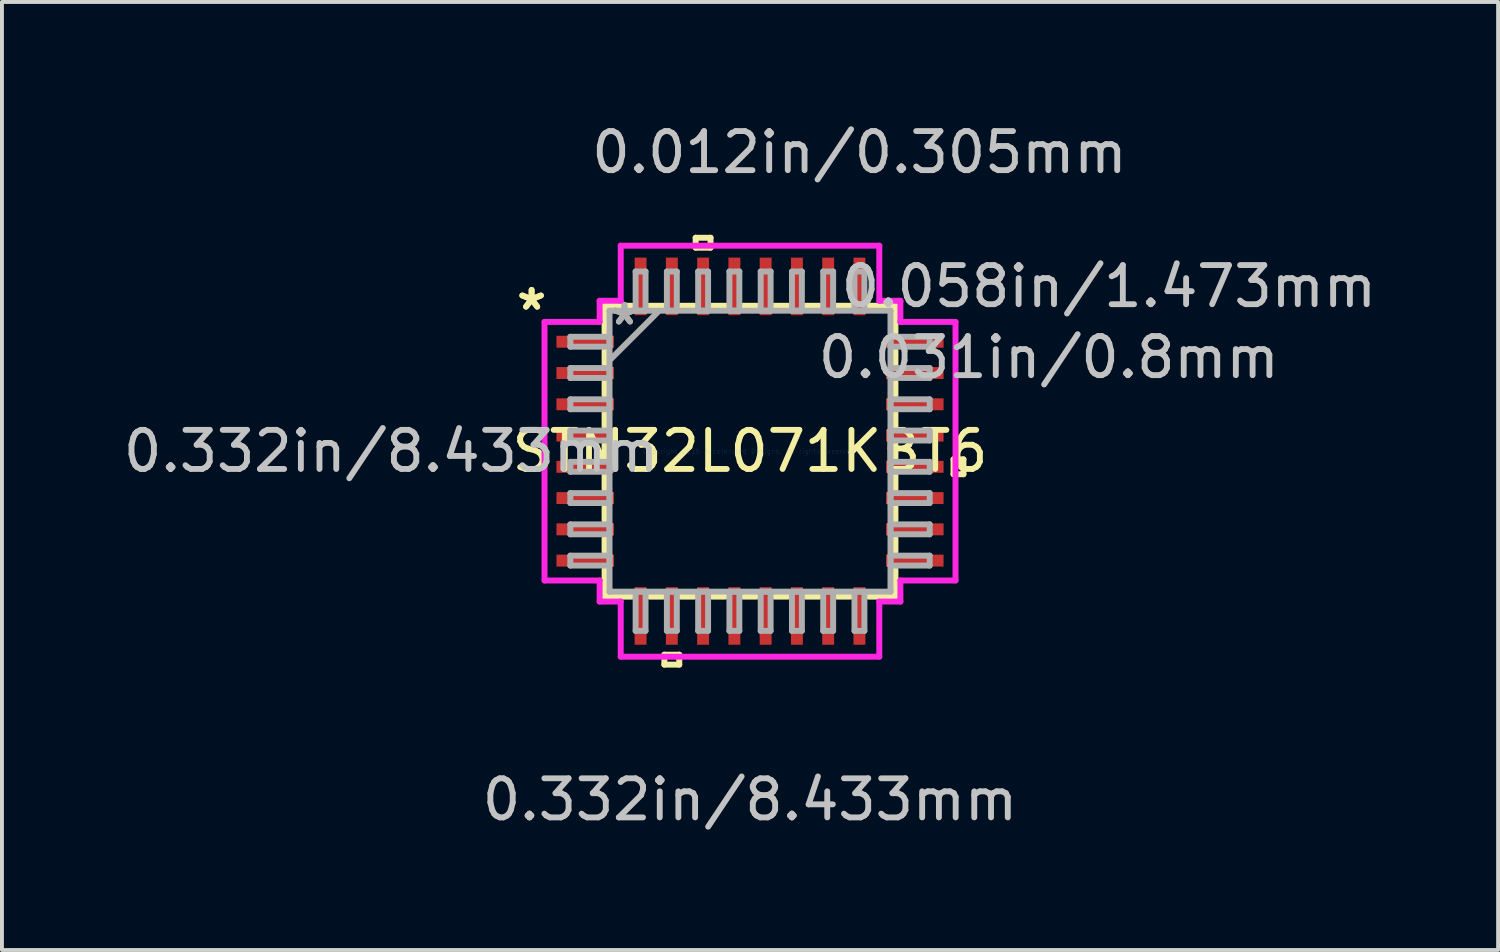
<source format=kicad_pcb>
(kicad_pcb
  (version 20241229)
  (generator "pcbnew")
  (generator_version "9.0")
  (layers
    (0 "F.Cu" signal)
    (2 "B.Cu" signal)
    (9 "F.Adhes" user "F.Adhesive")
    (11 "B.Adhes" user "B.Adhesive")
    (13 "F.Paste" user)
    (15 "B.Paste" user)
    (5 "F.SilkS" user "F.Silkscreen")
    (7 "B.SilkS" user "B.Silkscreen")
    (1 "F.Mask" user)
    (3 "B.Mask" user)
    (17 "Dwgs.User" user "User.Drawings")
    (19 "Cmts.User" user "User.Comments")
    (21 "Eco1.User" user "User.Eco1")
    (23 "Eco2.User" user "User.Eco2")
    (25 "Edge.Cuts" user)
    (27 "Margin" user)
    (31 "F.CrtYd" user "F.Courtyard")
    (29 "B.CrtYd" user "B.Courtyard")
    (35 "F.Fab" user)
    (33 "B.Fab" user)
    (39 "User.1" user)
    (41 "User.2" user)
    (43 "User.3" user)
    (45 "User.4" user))
  (footprint "STM32L071KBT6"
    (layer "F.Cu")
    (at 16.14 8.494)
    (property "Reference" "STM32L071KBT6" (at 0 0 0) (layer "F.SilkS") (effects (font (size 1 1) (thickness 0.15))))
    (attr through_hole)
    (fp_line (start -3.721 -3.721) (end -3.721 -3.029) (stroke (width 0.152) (type solid)) (layer "F.SilkS"))
    (fp_line (start -3.721 -2.571) (end -3.721 -2.229) (stroke (width 0.152) (type solid)) (layer "F.SilkS"))
    (fp_line (start -3.721 -1.771) (end -3.721 -1.429) (stroke (width 0.152) (type solid)) (layer "F.SilkS"))
    (fp_line (start -3.721 -0.971) (end -3.721 -0.629) (stroke (width 0.152) (type solid)) (layer "F.SilkS"))
    (fp_line (start -3.721 -0.171) (end -3.721 0.171) (stroke (width 0.152) (type solid)) (layer "F.SilkS"))
    (fp_line (start -3.721 0.629) (end -3.721 0.971) (stroke (width 0.152) (type solid)) (layer "F.SilkS"))
    (fp_line (start -3.721 1.429) (end -3.721 1.771) (stroke (width 0.152) (type solid)) (layer "F.SilkS"))
    (fp_line (start -3.721 2.229) (end -3.721 2.571) (stroke (width 0.152) (type solid)) (layer "F.SilkS"))
    (fp_line (start -3.721 3.029) (end -3.721 3.721) (stroke (width 0.152) (type solid)) (layer "F.SilkS"))
    (fp_line (start -3.721 3.721) (end -3.029 3.721) (stroke (width 0.152) (type solid)) (layer "F.SilkS"))
    (fp_line (start -3.029 -3.721) (end -3.721 -3.721) (stroke (width 0.152) (type solid)) (layer "F.SilkS"))
    (fp_line (start -2.571 3.721) (end -2.229 3.721) (stroke (width 0.152) (type solid)) (layer "F.SilkS"))
    (fp_line (start -2.229 -3.721) (end -2.571 -3.721) (stroke (width 0.152) (type solid)) (layer "F.SilkS"))
    (fp_line (start -2.191 5.207) (end -2.191 5.461) (stroke (width 0.152) (type solid)) (layer "F.SilkS"))
    (fp_line (start -2.191 5.461) (end -1.81 5.461) (stroke (width 0.152) (type solid)) (layer "F.SilkS"))
    (fp_line (start -1.81 5.207) (end -2.191 5.207) (stroke (width 0.152) (type solid)) (layer "F.SilkS"))
    (fp_line (start -1.81 5.461) (end -1.81 5.207) (stroke (width 0.152) (type solid)) (layer "F.SilkS"))
    (fp_line (start -1.771 3.721) (end -1.429 3.721) (stroke (width 0.152) (type solid)) (layer "F.SilkS"))
    (fp_line (start -1.429 -3.721) (end -1.771 -3.721) (stroke (width 0.152) (type solid)) (layer "F.SilkS"))
    (fp_line (start -1.391 -5.461) (end -1.01 -5.461) (stroke (width 0.152) (type solid)) (layer "F.SilkS"))
    (fp_line (start -1.391 -5.207) (end -1.391 -5.461) (stroke (width 0.152) (type solid)) (layer "F.SilkS"))
    (fp_line (start -1.01 -5.461) (end -1.01 -5.207) (stroke (width 0.152) (type solid)) (layer "F.SilkS"))
    (fp_line (start -1.01 -5.207) (end -1.391 -5.207) (stroke (width 0.152) (type solid)) (layer "F.SilkS"))
    (fp_line (start -0.971 3.721) (end -0.629 3.721) (stroke (width 0.152) (type solid)) (layer "F.SilkS"))
    (fp_line (start -0.629 -3.721) (end -0.971 -3.721) (stroke (width 0.152) (type solid)) (layer "F.SilkS"))
    (fp_line (start -0.171 3.721) (end 0.171 3.721) (stroke (width 0.152) (type solid)) (layer "F.SilkS"))
    (fp_line (start 0.171 -3.721) (end -0.171 -3.721) (stroke (width 0.152) (type solid)) (layer "F.SilkS"))
    (fp_line (start 0.629 3.721) (end 0.971 3.721) (stroke (width 0.152) (type solid)) (layer "F.SilkS"))
    (fp_line (start 0.971 -3.721) (end 0.629 -3.721) (stroke (width 0.152) (type solid)) (layer "F.SilkS"))
    (fp_line (start 1.429 3.721) (end 1.771 3.721) (stroke (width 0.152) (type solid)) (layer "F.SilkS"))
    (fp_line (start 1.771 -3.721) (end 1.429 -3.721) (stroke (width 0.152) (type solid)) (layer "F.SilkS"))
    (fp_line (start 2.229 3.721) (end 2.571 3.721) (stroke (width 0.152) (type solid)) (layer "F.SilkS"))
    (fp_line (start 2.571 -3.721) (end 2.229 -3.721) (stroke (width 0.152) (type solid)) (layer "F.SilkS"))
    (fp_line (start 3.029 3.721) (end 3.721 3.721) (stroke (width 0.152) (type solid)) (layer "F.SilkS"))
    (fp_line (start 3.721 -3.721) (end 3.029 -3.721) (stroke (width 0.152) (type solid)) (layer "F.SilkS"))
    (fp_line (start 3.721 -3.029) (end 3.721 -3.721) (stroke (width 0.152) (type solid)) (layer "F.SilkS"))
    (fp_line (start 3.721 -2.229) (end 3.721 -2.571) (stroke (width 0.152) (type solid)) (layer "F.SilkS"))
    (fp_line (start 3.721 -1.429) (end 3.721 -1.771) (stroke (width 0.152) (type solid)) (layer "F.SilkS"))
    (fp_line (start 3.721 -0.629) (end 3.721 -0.971) (stroke (width 0.152) (type solid)) (layer "F.SilkS"))
    (fp_line (start 3.721 0.171) (end 3.721 -0.171) (stroke (width 0.152) (type solid)) (layer "F.SilkS"))
    (fp_line (start 3.721 0.971) (end 3.721 0.629) (stroke (width 0.152) (type solid)) (layer "F.SilkS"))
    (fp_line (start 3.721 1.771) (end 3.721 1.429) (stroke (width 0.152) (type solid)) (layer "F.SilkS"))
    (fp_line (start 3.721 2.571) (end 3.721 2.229) (stroke (width 0.152) (type solid)) (layer "F.SilkS"))
    (fp_line (start 3.721 3.721) (end 3.721 3.029) (stroke (width 0.152) (type solid)) (layer "F.SilkS"))
    (fp_line (start 5.207 0.209) (end 5.461 0.209) (stroke (width 0.152) (type solid)) (layer "F.SilkS"))
    (fp_line (start 5.207 0.59) (end 5.207 0.209) (stroke (width 0.152) (type solid)) (layer "F.SilkS"))
    (fp_line (start 5.461 0.209) (end 5.461 0.59) (stroke (width 0.152) (type solid)) (layer "F.SilkS"))
    (fp_line (start 5.461 0.59) (end 5.207 0.59) (stroke (width 0.152) (type solid)) (layer "F.SilkS"))
    (fp_line (start -5.258 -3.308) (end -3.848 -3.308) (stroke (width 0.152) (type solid)) (layer "F.CrtYd"))
    (fp_line (start -5.258 3.308) (end -5.258 -3.308) (stroke (width 0.152) (type solid)) (layer "F.CrtYd"))
    (fp_line (start -3.848 -3.848) (end -3.308 -3.848) (stroke (width 0.152) (type solid)) (layer "F.CrtYd"))
    (fp_line (start -3.848 -3.308) (end -3.848 -3.848) (stroke (width 0.152) (type solid)) (layer "F.CrtYd"))
    (fp_line (start -3.848 3.308) (end -5.258 3.308) (stroke (width 0.152) (type solid)) (layer "F.CrtYd"))
    (fp_line (start -3.848 3.848) (end -3.848 3.308) (stroke (width 0.152) (type solid)) (layer "F.CrtYd"))
    (fp_line (start -3.308 -5.258) (end 3.308 -5.258) (stroke (width 0.152) (type solid)) (layer "F.CrtYd"))
    (fp_line (start -3.308 -3.848) (end -3.308 -5.258) (stroke (width 0.152) (type solid)) (layer "F.CrtYd"))
    (fp_line (start -3.308 3.848) (end -3.848 3.848) (stroke (width 0.152) (type solid)) (layer "F.CrtYd"))
    (fp_line (start -3.308 5.258) (end -3.308 3.848) (stroke (width 0.152) (type solid)) (layer "F.CrtYd"))
    (fp_line (start 3.308 -5.258) (end 3.308 -3.848) (stroke (width 0.152) (type solid)) (layer "F.CrtYd"))
    (fp_line (start 3.308 -3.848) (end 3.848 -3.848) (stroke (width 0.152) (type solid)) (layer "F.CrtYd"))
    (fp_line (start 3.308 3.848) (end 3.308 5.258) (stroke (width 0.152) (type solid)) (layer "F.CrtYd"))
    (fp_line (start 3.308 5.258) (end -3.308 5.258) (stroke (width 0.152) (type solid)) (layer "F.CrtYd"))
    (fp_line (start 3.848 -3.848) (end 3.848 -3.308) (stroke (width 0.152) (type solid)) (layer "F.CrtYd"))
    (fp_line (start 3.848 -3.308) (end 5.258 -3.308) (stroke (width 0.152) (type solid)) (layer "F.CrtYd"))
    (fp_line (start 3.848 3.308) (end 3.848 3.848) (stroke (width 0.152) (type solid)) (layer "F.CrtYd"))
    (fp_line (start 3.848 3.848) (end 3.308 3.848) (stroke (width 0.152) (type solid)) (layer "F.CrtYd"))
    (fp_line (start 5.258 -3.308) (end 5.258 3.308) (stroke (width 0.152) (type solid)) (layer "F.CrtYd"))
    (fp_line (start 5.258 3.308) (end 3.848 3.308) (stroke (width 0.152) (type solid)) (layer "F.CrtYd"))
    (fp_line (start -4.597 -2.927) (end -4.597 -2.673) (stroke (width 0.152) (type solid)) (layer "F.Fab"))
    (fp_line (start -4.597 -2.673) (end -3.594 -2.673) (stroke (width 0.152) (type solid)) (layer "F.Fab"))
    (fp_line (start -4.597 -2.127) (end -4.597 -1.873) (stroke (width 0.152) (type solid)) (layer "F.Fab"))
    (fp_line (start -4.597 -1.873) (end -3.594 -1.873) (stroke (width 0.152) (type solid)) (layer "F.Fab"))
    (fp_line (start -4.597 -1.327) (end -4.597 -1.073) (stroke (width 0.152) (type solid)) (layer "F.Fab"))
    (fp_line (start -4.597 -1.073) (end -3.594 -1.073) (stroke (width 0.152) (type solid)) (layer "F.Fab"))
    (fp_line (start -4.597 -0.527) (end -4.597 -0.273) (stroke (width 0.152) (type solid)) (layer "F.Fab"))
    (fp_line (start -4.597 -0.273) (end -3.594 -0.273) (stroke (width 0.152) (type solid)) (layer "F.Fab"))
    (fp_line (start -4.597 0.273) (end -4.597 0.527) (stroke (width 0.152) (type solid)) (layer "F.Fab"))
    (fp_line (start -4.597 0.527) (end -3.594 0.527) (stroke (width 0.152) (type solid)) (layer "F.Fab"))
    (fp_line (start -4.597 1.073) (end -4.597 1.327) (stroke (width 0.152) (type solid)) (layer "F.Fab"))
    (fp_line (start -4.597 1.327) (end -3.594 1.327) (stroke (width 0.152) (type solid)) (layer "F.Fab"))
    (fp_line (start -4.597 1.873) (end -4.597 2.127) (stroke (width 0.152) (type solid)) (layer "F.Fab"))
    (fp_line (start -4.597 2.127) (end -3.594 2.127) (stroke (width 0.152) (type solid)) (layer "F.Fab"))
    (fp_line (start -4.597 2.673) (end -4.597 2.927) (stroke (width 0.152) (type solid)) (layer "F.Fab"))
    (fp_line (start -4.597 2.927) (end -3.594 2.927) (stroke (width 0.152) (type solid)) (layer "F.Fab"))
    (fp_line (start -3.594 -3.594) (end -3.594 -3.594) (stroke (width 0.152) (type solid)) (layer "F.Fab"))
    (fp_line (start -3.594 -3.594) (end -3.594 3.594) (stroke (width 0.152) (type solid)) (layer "F.Fab"))
    (fp_line (start -3.594 -2.927) (end -4.597 -2.927) (stroke (width 0.152) (type solid)) (layer "F.Fab"))
    (fp_line (start -3.594 -2.673) (end -3.594 -2.927) (stroke (width 0.152) (type solid)) (layer "F.Fab"))
    (fp_line (start -3.594 -2.324) (end -2.324 -3.594) (stroke (width 0.152) (type solid)) (layer "F.Fab"))
    (fp_line (start -3.594 -2.127) (end -4.597 -2.127) (stroke (width 0.152) (type solid)) (layer "F.Fab"))
    (fp_line (start -3.594 -1.873) (end -3.594 -2.127) (stroke (width 0.152) (type solid)) (layer "F.Fab"))
    (fp_line (start -3.594 -1.327) (end -4.597 -1.327) (stroke (width 0.152) (type solid)) (layer "F.Fab"))
    (fp_line (start -3.594 -1.073) (end -3.594 -1.327) (stroke (width 0.152) (type solid)) (layer "F.Fab"))
    (fp_line (start -3.594 -0.527) (end -4.597 -0.527) (stroke (width 0.152) (type solid)) (layer "F.Fab"))
    (fp_line (start -3.594 -0.273) (end -3.594 -0.527) (stroke (width 0.152) (type solid)) (layer "F.Fab"))
    (fp_line (start -3.594 0.273) (end -4.597 0.273) (stroke (width 0.152) (type solid)) (layer "F.Fab"))
    (fp_line (start -3.594 0.527) (end -3.594 0.273) (stroke (width 0.152) (type solid)) (layer "F.Fab"))
    (fp_line (start -3.594 1.073) (end -4.597 1.073) (stroke (width 0.152) (type solid)) (layer "F.Fab"))
    (fp_line (start -3.594 1.327) (end -3.594 1.073) (stroke (width 0.152) (type solid)) (layer "F.Fab"))
    (fp_line (start -3.594 1.873) (end -4.597 1.873) (stroke (width 0.152) (type solid)) (layer "F.Fab"))
    (fp_line (start -3.594 2.127) (end -3.594 1.873) (stroke (width 0.152) (type solid)) (layer "F.Fab"))
    (fp_line (start -3.594 2.673) (end -4.597 2.673) (stroke (width 0.152) (type solid)) (layer "F.Fab"))
    (fp_line (start -3.594 2.927) (end -3.594 2.673) (stroke (width 0.152) (type solid)) (layer "F.Fab"))
    (fp_line (start -3.594 3.594) (end -3.594 3.594) (stroke (width 0.152) (type solid)) (layer "F.Fab"))
    (fp_line (start -3.594 3.594) (end 3.594 3.594) (stroke (width 0.152) (type solid)) (layer "F.Fab"))
    (fp_line (start -2.927 -4.597) (end -2.927 -3.594) (stroke (width 0.152) (type solid)) (layer "F.Fab"))
    (fp_line (start -2.927 -3.594) (end -2.673 -3.594) (stroke (width 0.152) (type solid)) (layer "F.Fab"))
    (fp_line (start -2.927 3.594) (end -2.927 4.597) (stroke (width 0.152) (type solid)) (layer "F.Fab"))
    (fp_line (start -2.927 4.597) (end -2.673 4.597) (stroke (width 0.152) (type solid)) (layer "F.Fab"))
    (fp_line (start -2.673 -4.597) (end -2.927 -4.597) (stroke (width 0.152) (type solid)) (layer "F.Fab"))
    (fp_line (start -2.673 -3.594) (end -2.673 -4.597) (stroke (width 0.152) (type solid)) (layer "F.Fab"))
    (fp_line (start -2.673 3.594) (end -2.927 3.594) (stroke (width 0.152) (type solid)) (layer "F.Fab"))
    (fp_line (start -2.673 4.597) (end -2.673 3.594) (stroke (width 0.152) (type solid)) (layer "F.Fab"))
    (fp_line (start -2.127 -4.597) (end -2.127 -3.594) (stroke (width 0.152) (type solid)) (layer "F.Fab"))
    (fp_line (start -2.127 -3.594) (end -1.873 -3.594) (stroke (width 0.152) (type solid)) (layer "F.Fab"))
    (fp_line (start -2.127 3.594) (end -2.127 4.597) (stroke (width 0.152) (type solid)) (layer "F.Fab"))
    (fp_line (start -2.127 4.597) (end -1.873 4.597) (stroke (width 0.152) (type solid)) (layer "F.Fab"))
    (fp_line (start -1.873 -4.597) (end -2.127 -4.597) (stroke (width 0.152) (type solid)) (layer "F.Fab"))
    (fp_line (start -1.873 -3.594) (end -1.873 -4.597) (stroke (width 0.152) (type solid)) (layer "F.Fab"))
    (fp_line (start -1.873 3.594) (end -2.127 3.594) (stroke (width 0.152) (type solid)) (layer "F.Fab"))
    (fp_line (start -1.873 4.597) (end -1.873 3.594) (stroke (width 0.152) (type solid)) (layer "F.Fab"))
    (fp_line (start -1.327 -4.597) (end -1.327 -3.594) (stroke (width 0.152) (type solid)) (layer "F.Fab"))
    (fp_line (start -1.327 -3.594) (end -1.073 -3.594) (stroke (width 0.152) (type solid)) (layer "F.Fab"))
    (fp_line (start -1.327 3.594) (end -1.327 4.597) (stroke (width 0.152) (type solid)) (layer "F.Fab"))
    (fp_line (start -1.327 4.597) (end -1.073 4.597) (stroke (width 0.152) (type solid)) (layer "F.Fab"))
    (fp_line (start -1.073 -4.597) (end -1.327 -4.597) (stroke (width 0.152) (type solid)) (layer "F.Fab"))
    (fp_line (start -1.073 -3.594) (end -1.073 -4.597) (stroke (width 0.152) (type solid)) (layer "F.Fab"))
    (fp_line (start -1.073 3.594) (end -1.327 3.594) (stroke (width 0.152) (type solid)) (layer "F.Fab"))
    (fp_line (start -1.073 4.597) (end -1.073 3.594) (stroke (width 0.152) (type solid)) (layer "F.Fab"))
    (fp_line (start -0.527 -4.597) (end -0.527 -3.594) (stroke (width 0.152) (type solid)) (layer "F.Fab"))
    (fp_line (start -0.527 -3.594) (end -0.273 -3.594) (stroke (width 0.152) (type solid)) (layer "F.Fab"))
    (fp_line (start -0.527 3.594) (end -0.527 4.597) (stroke (width 0.152) (type solid)) (layer "F.Fab"))
    (fp_line (start -0.527 4.597) (end -0.273 4.597) (stroke (width 0.152) (type solid)) (layer "F.Fab"))
    (fp_line (start -0.273 -4.597) (end -0.527 -4.597) (stroke (width 0.152) (type solid)) (layer "F.Fab"))
    (fp_line (start -0.273 -3.594) (end -0.273 -4.597) (stroke (width 0.152) (type solid)) (layer "F.Fab"))
    (fp_line (start -0.273 3.594) (end -0.527 3.594) (stroke (width 0.152) (type solid)) (layer "F.Fab"))
    (fp_line (start -0.273 4.597) (end -0.273 3.594) (stroke (width 0.152) (type solid)) (layer "F.Fab"))
    (fp_line (start 0.273 -4.597) (end 0.273 -3.594) (stroke (width 0.152) (type solid)) (layer "F.Fab"))
    (fp_line (start 0.273 -3.594) (end 0.527 -3.594) (stroke (width 0.152) (type solid)) (layer "F.Fab"))
    (fp_line (start 0.273 3.594) (end 0.273 4.597) (stroke (width 0.152) (type solid)) (layer "F.Fab"))
    (fp_line (start 0.273 4.597) (end 0.527 4.597) (stroke (width 0.152) (type solid)) (layer "F.Fab"))
    (fp_line (start 0.527 -4.597) (end 0.273 -4.597) (stroke (width 0.152) (type solid)) (layer "F.Fab"))
    (fp_line (start 0.527 -3.594) (end 0.527 -4.597) (stroke (width 0.152) (type solid)) (layer "F.Fab"))
    (fp_line (start 0.527 3.594) (end 0.273 3.594) (stroke (width 0.152) (type solid)) (layer "F.Fab"))
    (fp_line (start 0.527 4.597) (end 0.527 3.594) (stroke (width 0.152) (type solid)) (layer "F.Fab"))
    (fp_line (start 1.073 -4.597) (end 1.073 -3.594) (stroke (width 0.152) (type solid)) (layer "F.Fab"))
    (fp_line (start 1.073 -3.594) (end 1.327 -3.594) (stroke (width 0.152) (type solid)) (layer "F.Fab"))
    (fp_line (start 1.073 3.594) (end 1.073 4.597) (stroke (width 0.152) (type solid)) (layer "F.Fab"))
    (fp_line (start 1.073 4.597) (end 1.327 4.597) (stroke (width 0.152) (type solid)) (layer "F.Fab"))
    (fp_line (start 1.327 -4.597) (end 1.073 -4.597) (stroke (width 0.152) (type solid)) (layer "F.Fab"))
    (fp_line (start 1.327 -3.594) (end 1.327 -4.597) (stroke (width 0.152) (type solid)) (layer "F.Fab"))
    (fp_line (start 1.327 3.594) (end 1.073 3.594) (stroke (width 0.152) (type solid)) (layer "F.Fab"))
    (fp_line (start 1.327 4.597) (end 1.327 3.594) (stroke (width 0.152) (type solid)) (layer "F.Fab"))
    (fp_line (start 1.873 -4.597) (end 1.873 -3.594) (stroke (width 0.152) (type solid)) (layer "F.Fab"))
    (fp_line (start 1.873 -3.594) (end 2.127 -3.594) (stroke (width 0.152) (type solid)) (layer "F.Fab"))
    (fp_line (start 1.873 3.594) (end 1.873 4.597) (stroke (width 0.152) (type solid)) (layer "F.Fab"))
    (fp_line (start 1.873 4.597) (end 2.127 4.597) (stroke (width 0.152) (type solid)) (layer "F.Fab"))
    (fp_line (start 2.127 -4.597) (end 1.873 -4.597) (stroke (width 0.152) (type solid)) (layer "F.Fab"))
    (fp_line (start 2.127 -3.594) (end 2.127 -4.597) (stroke (width 0.152) (type solid)) (layer "F.Fab"))
    (fp_line (start 2.127 3.594) (end 1.873 3.594) (stroke (width 0.152) (type solid)) (layer "F.Fab"))
    (fp_line (start 2.127 4.597) (end 2.127 3.594) (stroke (width 0.152) (type solid)) (layer "F.Fab"))
    (fp_line (start 2.673 -4.597) (end 2.673 -3.594) (stroke (width 0.152) (type solid)) (layer "F.Fab"))
    (fp_line (start 2.673 -3.594) (end 2.927 -3.594) (stroke (width 0.152) (type solid)) (layer "F.Fab"))
    (fp_line (start 2.673 3.594) (end 2.673 4.597) (stroke (width 0.152) (type solid)) (layer "F.Fab"))
    (fp_line (start 2.673 4.597) (end 2.927 4.597) (stroke (width 0.152) (type solid)) (layer "F.Fab"))
    (fp_line (start 2.927 -4.597) (end 2.673 -4.597) (stroke (width 0.152) (type solid)) (layer "F.Fab"))
    (fp_line (start 2.927 -3.594) (end 2.927 -4.597) (stroke (width 0.152) (type solid)) (layer "F.Fab"))
    (fp_line (start 2.927 3.594) (end 2.673 3.594) (stroke (width 0.152) (type solid)) (layer "F.Fab"))
    (fp_line (start 2.927 4.597) (end 2.927 3.594) (stroke (width 0.152) (type solid)) (layer "F.Fab"))
    (fp_line (start 3.594 -3.594) (end -3.594 -3.594) (stroke (width 0.152) (type solid)) (layer "F.Fab"))
    (fp_line (start 3.594 -3.594) (end 3.594 -3.594) (stroke (width 0.152) (type solid)) (layer "F.Fab"))
    (fp_line (start 3.594 -2.927) (end 3.594 -2.673) (stroke (width 0.152) (type solid)) (layer "F.Fab"))
    (fp_line (start 3.594 -2.673) (end 4.597 -2.673) (stroke (width 0.152) (type solid)) (layer "F.Fab"))
    (fp_line (start 3.594 -2.127) (end 3.594 -1.873) (stroke (width 0.152) (type solid)) (layer "F.Fab"))
    (fp_line (start 3.594 -1.873) (end 4.597 -1.873) (stroke (width 0.152) (type solid)) (layer "F.Fab"))
    (fp_line (start 3.594 -1.327) (end 3.594 -1.073) (stroke (width 0.152) (type solid)) (layer "F.Fab"))
    (fp_line (start 3.594 -1.073) (end 4.597 -1.073) (stroke (width 0.152) (type solid)) (layer "F.Fab"))
    (fp_line (start 3.594 -0.527) (end 3.594 -0.273) (stroke (width 0.152) (type solid)) (layer "F.Fab"))
    (fp_line (start 3.594 -0.273) (end 4.597 -0.273) (stroke (width 0.152) (type solid)) (layer "F.Fab"))
    (fp_line (start 3.594 0.273) (end 3.594 0.527) (stroke (width 0.152) (type solid)) (layer "F.Fab"))
    (fp_line (start 3.594 0.527) (end 4.597 0.527) (stroke (width 0.152) (type solid)) (layer "F.Fab"))
    (fp_line (start 3.594 1.073) (end 3.594 1.327) (stroke (width 0.152) (type solid)) (layer "F.Fab"))
    (fp_line (start 3.594 1.327) (end 4.597 1.327) (stroke (width 0.152) (type solid)) (layer "F.Fab"))
    (fp_line (start 3.594 1.873) (end 3.594 2.127) (stroke (width 0.152) (type solid)) (layer "F.Fab"))
    (fp_line (start 3.594 2.127) (end 4.597 2.127) (stroke (width 0.152) (type solid)) (layer "F.Fab"))
    (fp_line (start 3.594 2.673) (end 3.594 2.927) (stroke (width 0.152) (type solid)) (layer "F.Fab"))
    (fp_line (start 3.594 2.927) (end 4.597 2.927) (stroke (width 0.152) (type solid)) (layer "F.Fab"))
    (fp_line (start 3.594 3.594) (end 3.594 -3.594) (stroke (width 0.152) (type solid)) (layer "F.Fab"))
    (fp_line (start 3.594 3.594) (end 3.594 3.594) (stroke (width 0.152) (type solid)) (layer "F.Fab"))
    (fp_line (start 4.597 -2.927) (end 3.594 -2.927) (stroke (width 0.152) (type solid)) (layer "F.Fab"))
    (fp_line (start 4.597 -2.673) (end 4.597 -2.927) (stroke (width 0.152) (type solid)) (layer "F.Fab"))
    (fp_line (start 4.597 -2.127) (end 3.594 -2.127) (stroke (width 0.152) (type solid)) (layer "F.Fab"))
    (fp_line (start 4.597 -1.873) (end 4.597 -2.127) (stroke (width 0.152) (type solid)) (layer "F.Fab"))
    (fp_line (start 4.597 -1.327) (end 3.594 -1.327) (stroke (width 0.152) (type solid)) (layer "F.Fab"))
    (fp_line (start 4.597 -1.073) (end 4.597 -1.327) (stroke (width 0.152) (type solid)) (layer "F.Fab"))
    (fp_line (start 4.597 -0.527) (end 3.594 -0.527) (stroke (width 0.152) (type solid)) (layer "F.Fab"))
    (fp_line (start 4.597 -0.273) (end 4.597 -0.527) (stroke (width 0.152) (type solid)) (layer "F.Fab"))
    (fp_line (start 4.597 0.273) (end 3.594 0.273) (stroke (width 0.152) (type solid)) (layer "F.Fab"))
    (fp_line (start 4.597 0.527) (end 4.597 0.273) (stroke (width 0.152) (type solid)) (layer "F.Fab"))
    (fp_line (start 4.597 1.073) (end 3.594 1.073) (stroke (width 0.152) (type solid)) (layer "F.Fab"))
    (fp_line (start 4.597 1.327) (end 4.597 1.073) (stroke (width 0.152) (type solid)) (layer "F.Fab"))
    (fp_line (start 4.597 1.873) (end 3.594 1.873) (stroke (width 0.152) (type solid)) (layer "F.Fab"))
    (fp_line (start 4.597 2.127) (end 4.597 1.873) (stroke (width 0.152) (type solid)) (layer "F.Fab"))
    (fp_line (start 4.597 2.673) (end 3.594 2.673) (stroke (width 0.152) (type solid)) (layer "F.Fab"))
    (fp_line (start 4.597 2.927) (end 4.597 2.673) (stroke (width 0.152) (type solid)) (layer "F.Fab"))
    (fp_text user "*" (at -5.588 -3.581 0) (layer "F.SilkS") (effects (font (size 1 1) (thickness 0.15))))
    (fp_text user "*" (at -5.588 -3.581 0) (layer "F.SilkS") (effects (font (size 1 1) (thickness 0.15))))
    (fp_text user "0.332in/8.433mm" (at -9.182 0 0) (layer "Dwgs.User") (effects (font (size 1 1) (thickness 0.15))))
    (fp_text user "0.031in/0.8mm" (at 7.645 -2.4 0) (layer "Dwgs.User") (effects (font (size 1 1) (thickness 0.15))))
    (fp_text user "0.012in/0.305mm" (at 2.8 -7.645 0) (layer "Dwgs.User") (effects (font (size 1 1) (thickness 0.15))))
    (fp_text user "0.058in/1.473mm" (at 9.182 -4.216 0) (layer "Dwgs.User") (effects (font (size 1 1) (thickness 0.15))))
    (fp_text user "0.332in/8.433mm" (at 0 8.915 0) (layer "Dwgs.User") (effects (font (size 1 1) (thickness 0.15))))
    (fp_text user "Copyright 2016 Accelerated Designs. All rights reserved." (at 0 0 0) (layer "Cmts.User") (effects (font (size 0.127 0.127) (thickness 0.002))))
    (fp_text user "*" (at -3.213 -3.2 0) (layer "F.Fab") (effects (font (size 1 1) (thickness 0.15))))
    (fp_text user "*" (at -3.213 -3.2 0) (layer "F.Fab") (effects (font (size 1 1) (thickness 0.15))))
    (pad "1" smd rect (at -4.216 -2.8 90) (size 0.305 1.473) (layers "F.Cu" "F.Mask" "F.Paste"))
    (pad "2" smd rect (at -4.216 -2 90) (size 0.305 1.473) (layers "F.Cu" "F.Mask" "F.Paste"))
    (pad "3" smd rect (at -4.216 -1.2 90) (size 0.305 1.473) (layers "F.Cu" "F.Mask" "F.Paste"))
    (pad "4" smd rect (at -4.216 -0.4 90) (size 0.305 1.473) (layers "F.Cu" "F.Mask" "F.Paste"))
    (pad "5" smd rect (at -4.216 0.4 90) (size 0.305 1.473) (layers "F.Cu" "F.Mask" "F.Paste"))
    (pad "6" smd rect (at -4.216 1.2 90) (size 0.305 1.473) (layers "F.Cu" "F.Mask" "F.Paste"))
    (pad "7" smd rect (at -4.216 2 90) (size 0.305 1.473) (layers "F.Cu" "F.Mask" "F.Paste"))
    (pad "8" smd rect (at -4.216 2.8 90) (size 0.305 1.473) (layers "F.Cu" "F.Mask" "F.Paste"))
    (pad "9" smd rect (at -2.8 4.216) (size 0.305 1.473) (layers "F.Cu" "F.Mask" "F.Paste"))
    (pad "10" smd rect (at -2 4.216) (size 0.305 1.473) (layers "F.Cu" "F.Mask" "F.Paste"))
    (pad "11" smd rect (at -1.2 4.216) (size 0.305 1.473) (layers "F.Cu" "F.Mask" "F.Paste"))
    (pad "12" smd rect (at -0.4 4.216) (size 0.305 1.473) (layers "F.Cu" "F.Mask" "F.Paste"))
    (pad "13" smd rect (at 0.4 4.216) (size 0.305 1.473) (layers "F.Cu" "F.Mask" "F.Paste"))
    (pad "14" smd rect (at 1.2 4.216) (size 0.305 1.473) (layers "F.Cu" "F.Mask" "F.Paste"))
    (pad "15" smd rect (at 2 4.216) (size 0.305 1.473) (layers "F.Cu" "F.Mask" "F.Paste"))
    (pad "16" smd rect (at 2.8 4.216) (size 0.305 1.473) (layers "F.Cu" "F.Mask" "F.Paste"))
    (pad "17" smd rect (at 4.216 2.8 90) (size 0.305 1.473) (layers "F.Cu" "F.Mask" "F.Paste"))
    (pad "18" smd rect (at 4.216 2 90) (size 0.305 1.473) (layers "F.Cu" "F.Mask" "F.Paste"))
    (pad "19" smd rect (at 4.216 1.2 90) (size 0.305 1.473) (layers "F.Cu" "F.Mask" "F.Paste"))
    (pad "20" smd rect (at 4.216 0.4 90) (size 0.305 1.473) (layers "F.Cu" "F.Mask" "F.Paste"))
    (pad "21" smd rect (at 4.216 -0.4 90) (size 0.305 1.473) (layers "F.Cu" "F.Mask" "F.Paste"))
    (pad "22" smd rect (at 4.216 -1.2 90) (size 0.305 1.473) (layers "F.Cu" "F.Mask" "F.Paste"))
    (pad "23" smd rect (at 4.216 -2 90) (size 0.305 1.473) (layers "F.Cu" "F.Mask" "F.Paste"))
    (pad "24" smd rect (at 4.216 -2.8 90) (size 0.305 1.473) (layers "F.Cu" "F.Mask" "F.Paste"))
    (pad "25" smd rect (at 2.8 -4.216) (size 0.305 1.473) (layers "F.Cu" "F.Mask" "F.Paste"))
    (pad "26" smd rect (at 2 -4.216) (size 0.305 1.473) (layers "F.Cu" "F.Mask" "F.Paste"))
    (pad "27" smd rect (at 1.2 -4.216) (size 0.305 1.473) (layers "F.Cu" "F.Mask" "F.Paste"))
    (pad "28" smd rect (at 0.4 -4.216) (size 0.305 1.473) (layers "F.Cu" "F.Mask" "F.Paste"))
    (pad "29" smd rect (at -0.4 -4.216) (size 0.305 1.473) (layers "F.Cu" "F.Mask" "F.Paste"))
    (pad "30" smd rect (at -1.2 -4.216) (size 0.305 1.473) (layers "F.Cu" "F.Mask" "F.Paste"))
    (pad "31" smd rect (at -2 -4.216) (size 0.305 1.473) (layers "F.Cu" "F.Mask" "F.Paste"))
    (pad "32" smd rect (at -2.8 -4.216) (size 0.305 1.473) (layers "F.Cu" "F.Mask" "F.Paste")))
  (gr_rect
    (start -3 -3)
    (end 35.281 21.257)
    (stroke (width 0.1) (type default))
    (fill no)
    (layer "Edge.Cuts")))
</source>
